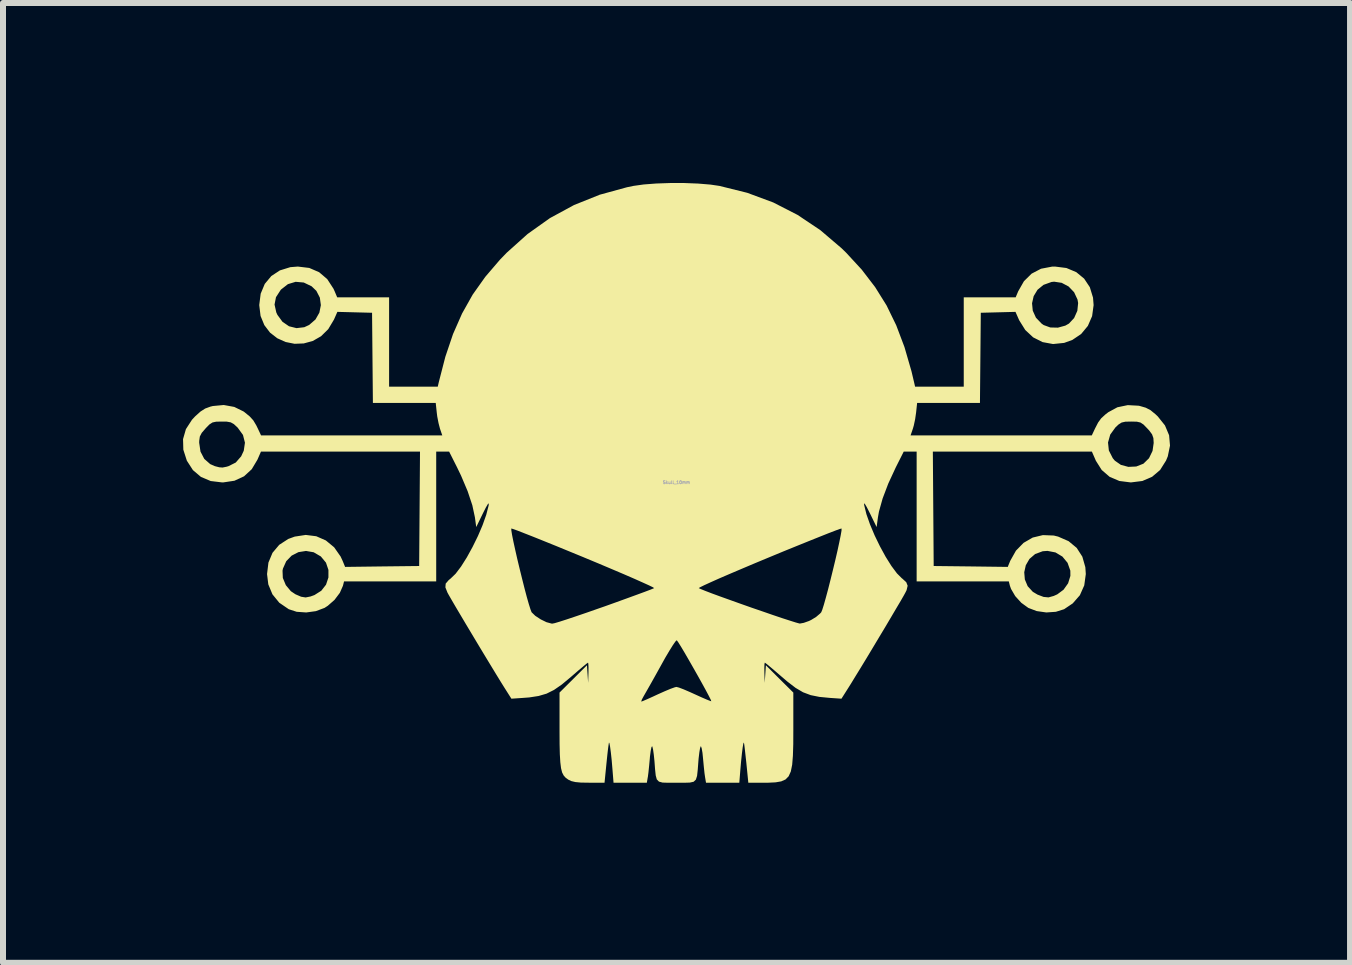
<source format=kicad_pcb>
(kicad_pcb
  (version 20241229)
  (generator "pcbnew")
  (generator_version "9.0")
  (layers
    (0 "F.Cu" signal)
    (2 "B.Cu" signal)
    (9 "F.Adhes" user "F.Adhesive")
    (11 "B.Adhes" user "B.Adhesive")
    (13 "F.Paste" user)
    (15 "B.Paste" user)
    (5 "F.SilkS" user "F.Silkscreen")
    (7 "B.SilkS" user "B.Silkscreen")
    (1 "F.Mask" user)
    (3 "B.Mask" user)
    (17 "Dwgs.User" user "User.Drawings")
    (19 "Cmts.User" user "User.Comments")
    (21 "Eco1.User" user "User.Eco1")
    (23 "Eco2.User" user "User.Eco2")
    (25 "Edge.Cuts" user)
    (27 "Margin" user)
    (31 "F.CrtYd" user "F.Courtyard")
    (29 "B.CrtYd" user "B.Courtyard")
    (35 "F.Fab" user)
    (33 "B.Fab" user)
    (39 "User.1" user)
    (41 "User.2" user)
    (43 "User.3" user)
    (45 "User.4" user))
  (footprint "Skull_10mm"
    (layer "F.Cu")
    (at 8.222 4.989)
    (property "Reference" "Skull_10mm" (at 0 0 0) (layer "F.Fab") (effects (font (size 0.05 0.05) (thickness 0.013))))
    (attr board_only exclude_from_pos_files exclude_from_bom)
    (fp_poly (pts (xy 0.133 -4.989) (xy 0.362 -4.98) (xy 0.567 -4.963) (xy 0.717 -4.941) (xy 1.18 -4.826) (xy 1.614 -4.665) (xy 2.02 -4.457) (xy 2.399 -4.203) (xy 2.752 -3.902) (xy 2.827 -3.829) (xy 3.088 -3.546) (xy 3.311 -3.255) (xy 3.502 -2.949) (xy 3.663 -2.618) (xy 3.8 -2.256) (xy 3.917 -1.852) (xy 3.96 -1.67) (xy 3.977 -1.596) (xy 4.788 -1.596) (xy 4.788 -2.985) (xy 5.926 -2.985) (xy 5.938 -2.862) (xy 5.991 -2.745) (xy 6.087 -2.645) (xy 6.12 -2.622) (xy 6.23 -2.582) (xy 6.357 -2.579) (xy 6.481 -2.613) (xy 6.541 -2.647) (xy 6.627 -2.739) (xy 6.681 -2.86) (xy 6.694 -2.989) (xy 6.684 -3.047) (xy 6.627 -3.169) (xy 6.535 -3.265) (xy 6.42 -3.326) (xy 6.294 -3.345) (xy 6.25 -3.34) (xy 6.117 -3.292) (xy 6.017 -3.21) (xy 5.953 -3.104) (xy 5.926 -2.985) (xy 4.788 -2.985) (xy 4.788 -3.084) (xy 5.653 -3.084) (xy 5.695 -3.184) (xy 5.791 -3.353) (xy 5.919 -3.479) (xy 6.076 -3.561) (xy 6.26 -3.596) (xy 6.309 -3.597) (xy 6.499 -3.573) (xy 6.663 -3.504) (xy 6.794 -3.396) (xy 6.889 -3.253) (xy 6.942 -3.08) (xy 6.952 -2.955) (xy 6.927 -2.771) (xy 6.856 -2.608) (xy 6.744 -2.473) (xy 6.597 -2.374) (xy 6.461 -2.325) (xy 6.276 -2.306) (xy 6.102 -2.338) (xy 5.945 -2.417) (xy 5.813 -2.54) (xy 5.712 -2.702) (xy 5.707 -2.713) (xy 5.65 -2.842) (xy 5.072 -2.827) (xy 5.065 -2.076) (xy 5.058 -1.325) (xy 4.011 -1.325) (xy 3.994 -1.165) (xy 3.978 -1.054) (xy 3.955 -0.946) (xy 3.94 -0.895) (xy 3.902 -0.784) (xy 6.922 -0.784) (xy 6.976 -0.899) (xy 7.027 -0.998) (xy 7.078 -1.068) (xy 7.15 -1.134) (xy 7.197 -1.17) (xy 7.348 -1.252) (xy 7.521 -1.288) (xy 7.704 -1.278) (xy 7.725 -1.273) (xy 7.821 -1.245) (xy 7.9 -1.204) (xy 7.983 -1.136) (xy 8.021 -1.1) (xy 8.141 -0.95) (xy 8.21 -0.786) (xy 8.225 -0.613) (xy 8.188 -0.434) (xy 8.159 -0.364) (xy 8.06 -0.207) (xy 7.927 -0.094) (xy 7.765 -0.024) (xy 7.574 -0.000009) (xy 7.57 0) (xy 7.381 -0.024) (xy 7.219 -0.093) (xy 7.087 -0.207) (xy 6.989 -0.362) (xy 6.982 -0.379) (xy 6.923 -0.514) (xy 4.273 -0.514) (xy 4.28 0.44) (xy 4.287 1.393) (xy 4.904 1.4) (xy 5.521 1.408) (xy 5.563 1.306) (xy 5.658 1.137) (xy 5.785 1.007) (xy 5.937 0.919) (xy 6.107 0.878) (xy 6.288 0.885) (xy 6.361 0.903) (xy 6.535 0.979) (xy 6.67 1.091) (xy 6.764 1.237) (xy 6.814 1.412) (xy 6.822 1.527) (xy 6.796 1.716) (xy 6.723 1.88) (xy 6.604 2.016) (xy 6.46 2.113) (xy 6.323 2.156) (xy 6.164 2.167) (xy 6.003 2.144) (xy 5.864 2.091) (xy 5.747 2.006) (xy 5.646 1.895) (xy 5.576 1.775) (xy 5.557 1.722) (xy 5.539 1.65) (xy 4.003 1.65) (xy 4.003 1.497) (xy 5.796 1.497) (xy 5.806 1.617) (xy 5.853 1.729) (xy 5.939 1.823) (xy 6.018 1.87) (xy 6.118 1.908) (xy 6.2 1.916) (xy 6.287 1.892) (xy 6.347 1.865) (xy 6.451 1.788) (xy 6.527 1.681) (xy 6.565 1.558) (xy 6.564 1.47) (xy 6.518 1.34) (xy 6.432 1.236) (xy 6.317 1.167) (xy 6.183 1.141) (xy 6.103 1.147) (xy 5.977 1.194) (xy 5.883 1.275) (xy 5.822 1.38) (xy 5.796 1.497) (xy 4.003 1.497) (xy 4.003 -0.514) (xy 3.788 -0.514) (xy 3.655 -0.25) (xy 3.53 0.02) (xy 3.436 0.268) (xy 3.375 0.486) (xy 3.358 0.582) (xy 3.336 0.744) (xy 3.224 0.514) (xy 3.172 0.412) (xy 3.14 0.358) (xy 3.127 0.349) (xy 3.129 0.379) (xy 3.166 0.529) (xy 3.226 0.7) (xy 3.303 0.883) (xy 3.392 1.066) (xy 3.487 1.24) (xy 3.583 1.393) (xy 3.675 1.516) (xy 3.757 1.598) (xy 3.762 1.601) (xy 3.83 1.663) (xy 3.853 1.722) (xy 3.835 1.797) (xy 3.816 1.835) (xy 3.788 1.886) (xy 3.737 1.975) (xy 3.665 2.096) (xy 3.579 2.242) (xy 3.482 2.406) (xy 3.378 2.579) (xy 3.272 2.756) (xy 3.168 2.929) (xy 3.07 3.09) (xy 2.982 3.233) (xy 2.91 3.351) (xy 2.868 3.418) (xy 2.75 3.604) (xy 2.559 3.591) (xy 2.382 3.574) (xy 2.238 3.545) (xy 2.11 3.497) (xy 1.986 3.424) (xy 1.849 3.319) (xy 1.76 3.243) (xy 1.658 3.155) (xy 1.571 3.081) (xy 1.508 3.029) (xy 1.475 3.004) (xy 1.473 3.003) (xy 1.467 3.027) (xy 1.465 3.091) (xy 1.466 3.172) (xy 1.471 3.341) (xy 1.481 3.194) (xy 1.491 3.047) (xy 1.719 3.275) (xy 1.948 3.502) (xy 1.948 4.119) (xy 1.947 4.361) (xy 1.941 4.554) (xy 1.929 4.704) (xy 1.906 4.817) (xy 1.87 4.897) (xy 1.818 4.95) (xy 1.746 4.982) (xy 1.652 4.998) (xy 1.533 5.004) (xy 1.452 5.004) (xy 1.198 5.004) (xy 1.165 4.673) (xy 1.151 4.546) (xy 1.139 4.439) (xy 1.13 4.365) (xy 1.124 4.334) (xy 1.124 4.334) (xy 1.115 4.352) (xy 1.104 4.417) (xy 1.091 4.521) (xy 1.077 4.655) (xy 1.066 4.781) (xy 1.048 5.004) (xy 0.493 5.004) (xy 0.478 4.916) (xy 0.468 4.847) (xy 0.457 4.744) (xy 0.446 4.628) (xy 0.444 4.606) (xy 0.434 4.506) (xy 0.421 4.432) (xy 0.409 4.397) (xy 0.406 4.396) (xy 0.394 4.427) (xy 0.382 4.498) (xy 0.37 4.598) (xy 0.366 4.645) (xy 0.355 4.79) (xy 0.344 4.89) (xy 0.324 4.953) (xy 0.287 4.988) (xy 0.224 5.002) (xy 0.127 5.005) (xy 0 5.004) (xy -0.136 5.005) (xy -0.231 5.002) (xy -0.291 4.986) (xy -0.327 4.949) (xy -0.345 4.883) (xy -0.356 4.78) (xy -0.366 4.645) (xy -0.377 4.538) (xy -0.389 4.453) (xy -0.401 4.403) (xy -0.406 4.396) (xy -0.417 4.415) (xy -0.429 4.476) (xy -0.441 4.568) (xy -0.444 4.606) (xy -0.455 4.723) (xy -0.466 4.83) (xy -0.476 4.907) (xy -0.478 4.916) (xy -0.493 5.004) (xy -1.048 5.004) (xy -1.066 4.781) (xy -1.079 4.627) (xy -1.093 4.498) (xy -1.106 4.401) (xy -1.117 4.345) (xy -1.124 4.334) (xy -1.129 4.362) (xy -1.139 4.434) (xy -1.151 4.538) (xy -1.164 4.664) (xy -1.165 4.673) (xy -1.198 5.004) (xy -1.458 5.004) (xy -1.592 5.002) (xy -1.685 4.993) (xy -1.752 4.977) (xy -1.802 4.953) (xy -1.845 4.922) (xy -1.879 4.884) (xy -1.905 4.833) (xy -1.923 4.761) (xy -1.935 4.662) (xy -1.943 4.53) (xy -1.947 4.358) (xy -1.948 4.139) (xy -1.948 4.114) (xy -1.948 3.65) (xy -0.586 3.65) (xy -0.583 3.652) (xy -0.554 3.641) (xy -0.486 3.612) (xy -0.391 3.569) (xy -0.307 3.53) (xy -0.195 3.48) (xy -0.097 3.439) (xy -0.027 3.414) (xy 0 3.408) (xy 0.043 3.419) (xy 0.122 3.449) (xy 0.224 3.493) (xy 0.31 3.532) (xy 0.418 3.581) (xy 0.506 3.619) (xy 0.564 3.642) (xy 0.581 3.647) (xy 0.572 3.621) (xy 0.539 3.556) (xy 0.489 3.462) (xy 0.426 3.347) (xy 0.354 3.218) (xy 0.278 3.084) (xy 0.203 2.953) (xy 0.134 2.834) (xy 0.075 2.735) (xy 0.031 2.665) (xy 0.007 2.632) (xy 0.005 2.63) (xy -0.016 2.65) (xy -0.058 2.71) (xy -0.116 2.803) (xy -0.186 2.921) (xy -0.257 3.049) (xy -0.337 3.193) (xy -0.412 3.327) (xy -0.476 3.44) (xy -0.524 3.524) (xy -0.547 3.564) (xy -0.577 3.62) (xy -0.586 3.65) (xy -1.948 3.65) (xy -1.948 3.502) (xy -1.491 3.047) (xy -1.481 3.194) (xy -1.471 3.341) (xy -1.466 3.172) (xy -1.465 3.084) (xy -1.468 3.023) (xy -1.473 3.003) (xy -1.496 3.019) (xy -1.552 3.065) (xy -1.634 3.134) (xy -1.732 3.219) (xy -1.76 3.243) (xy -1.91 3.368) (xy -2.04 3.458) (xy -2.164 3.52) (xy -2.297 3.559) (xy -2.453 3.583) (xy -2.559 3.591) (xy -2.75 3.604) (xy -2.868 3.418) (xy -2.926 3.325) (xy -3.002 3.201) (xy -3.092 3.053) (xy -3.192 2.888) (xy -3.297 2.714) (xy -3.403 2.537) (xy -3.506 2.365) (xy -3.601 2.205) (xy -3.684 2.065) (xy -3.751 1.95) (xy -3.797 1.87) (xy -3.816 1.835) (xy -3.85 1.749) (xy -3.845 1.686) (xy -3.795 1.628) (xy -3.762 1.601) (xy -3.68 1.522) (xy -3.589 1.402) (xy -3.493 1.25) (xy -3.398 1.077) (xy -3.308 0.894) (xy -3.254 0.768) (xy -2.752 0.768) (xy -2.751 0.799) (xy -2.739 0.874) (xy -2.717 0.984) (xy -2.687 1.121) (xy -2.652 1.276) (xy -2.612 1.442) (xy -2.571 1.608) (xy -2.531 1.767) (xy -2.493 1.911) (xy -2.459 2.03) (xy -2.432 2.116) (xy -2.414 2.162) (xy -2.413 2.164) (xy -2.352 2.223) (xy -2.262 2.282) (xy -2.166 2.329) (xy -2.082 2.352) (xy -2.067 2.353) (xy -2.028 2.345) (xy -1.944 2.32) (xy -1.823 2.281) (xy -1.671 2.23) (xy -1.495 2.17) (xy -1.301 2.102) (xy -1.2 2.067) (xy -1.002 1.996) (xy -0.82 1.93) (xy -0.661 1.872) (xy -0.53 1.824) (xy -0.435 1.788) (xy -0.381 1.766) (xy -0.372 1.761) (xy -0.372 1.761) (xy 0.372 1.761) (xy 0.372 1.761) (xy 0.405 1.777) (xy 0.482 1.808) (xy 0.594 1.851) (xy 0.736 1.903) (xy 0.898 1.961) (xy 1.074 2.024) (xy 1.255 2.088) (xy 1.436 2.15) (xy 1.606 2.209) (xy 1.76 2.261) (xy 1.89 2.303) (xy 1.988 2.334) (xy 2.046 2.35) (xy 2.057 2.352) (xy 2.122 2.34) (xy 2.207 2.31) (xy 2.245 2.292) (xy 2.327 2.242) (xy 2.394 2.185) (xy 2.413 2.164) (xy 2.43 2.123) (xy 2.456 2.041) (xy 2.489 1.924) (xy 2.527 1.783) (xy 2.567 1.625) (xy 2.608 1.459) (xy 2.648 1.293) (xy 2.684 1.137) (xy 2.714 0.997) (xy 2.737 0.884) (xy 2.751 0.805) (xy 2.752 0.769) (xy 2.752 0.768) (xy 2.725 0.775) (xy 2.653 0.801) (xy 2.541 0.844) (xy 2.393 0.903) (xy 2.216 0.974) (xy 2.013 1.056) (xy 1.789 1.147) (xy 1.55 1.246) (xy 1.545 1.248) (xy 1.307 1.347) (xy 1.085 1.441) (xy 0.885 1.526) (xy 0.711 1.601) (xy 0.568 1.665) (xy 0.461 1.714) (xy 0.394 1.747) (xy 0.372 1.761) (xy -0.372 1.761) (xy -0.392 1.747) (xy -0.458 1.715) (xy -0.564 1.667) (xy -0.705 1.604) (xy -0.878 1.529) (xy -1.078 1.444) (xy -1.298 1.351) (xy -1.536 1.252) (xy -1.545 1.248) (xy -1.784 1.15) (xy -2.008 1.058) (xy -2.211 0.976) (xy -2.39 0.904) (xy -2.538 0.846) (xy -2.651 0.802) (xy -2.723 0.776) (xy -2.751 0.768) (xy -2.752 0.768) (xy -3.254 0.768) (xy -3.23 0.711) (xy -3.169 0.539) (xy -3.13 0.387) (xy -3.129 0.379) (xy -3.127 0.348) (xy -3.143 0.362) (xy -3.177 0.421) (xy -3.224 0.514) (xy -3.336 0.744) (xy -3.358 0.582) (xy -3.401 0.381) (xy -3.479 0.147) (xy -3.589 -0.113) (xy -3.655 -0.25) (xy -3.788 -0.514) (xy -4.003 -0.514) (xy -4.003 1.65) (xy -5.539 1.65) (xy -5.557 1.722) (xy -5.609 1.84) (xy -5.698 1.958) (xy -5.81 2.056) (xy -5.864 2.091) (xy -6.008 2.145) (xy -6.169 2.167) (xy -6.328 2.156) (xy -6.46 2.113) (xy -6.618 2.005) (xy -6.732 1.865) (xy -6.801 1.699) (xy -6.822 1.527) (xy -6.815 1.47) (xy -6.564 1.47) (xy -6.559 1.592) (xy -6.509 1.712) (xy -6.425 1.813) (xy -6.349 1.864) (xy -6.254 1.905) (xy -6.179 1.917) (xy -6.098 1.901) (xy -6.032 1.877) (xy -5.918 1.805) (xy -5.839 1.704) (xy -5.799 1.584) (xy -5.799 1.458) (xy -5.84 1.337) (xy -5.926 1.233) (xy -5.927 1.233) (xy -6.045 1.164) (xy -6.173 1.142) (xy -6.299 1.162) (xy -6.412 1.22) (xy -6.502 1.313) (xy -6.557 1.436) (xy -6.564 1.47) (xy -6.815 1.47) (xy -6.799 1.336) (xy -6.731 1.173) (xy -6.619 1.04) (xy -6.468 0.942) (xy -6.361 0.903) (xy -6.177 0.875) (xy -6.002 0.897) (xy -5.842 0.967) (xy -5.704 1.081) (xy -5.596 1.235) (xy -5.563 1.306) (xy -5.521 1.408) (xy -4.904 1.4) (xy -4.287 1.393) (xy -4.28 0.44) (xy -4.273 -0.514) (xy -6.923 -0.514) (xy -6.982 -0.379) (xy -7.077 -0.22) (xy -7.205 -0.102) (xy -7.365 -0.028) (xy -7.551 -0.000208) (xy -7.57 0) (xy -7.761 -0.023) (xy -7.924 -0.092) (xy -8.057 -0.205) (xy -8.157 -0.36) (xy -8.159 -0.364) (xy -8.217 -0.545) (xy -8.22 -0.662) (xy -7.953 -0.662) (xy -7.931 -0.513) (xy -7.868 -0.392) (xy -7.769 -0.305) (xy -7.692 -0.271) (xy -7.618 -0.252) (xy -7.564 -0.248) (xy -7.498 -0.261) (xy -7.464 -0.271) (xy -7.344 -0.331) (xy -7.253 -0.435) (xy -7.21 -0.528) (xy -7.19 -0.663) (xy -7.191 -0.665) (xy 7.192 -0.665) (xy 7.206 -0.532) (xy 7.271 -0.404) (xy 7.306 -0.362) (xy 7.407 -0.292) (xy 7.531 -0.259) (xy 7.662 -0.265) (xy 7.782 -0.312) (xy 7.785 -0.315) (xy 7.875 -0.403) (xy 7.934 -0.525) (xy 7.953 -0.657) (xy 7.948 -0.739) (xy 7.926 -0.801) (xy 7.878 -0.866) (xy 7.846 -0.9) (xy 7.784 -0.964) (xy 7.733 -0.998) (xy 7.673 -1.012) (xy 7.582 -1.014) (xy 7.576 -1.014) (xy 7.481 -1.012) (xy 7.419 -0.998) (xy 7.367 -0.965) (xy 7.316 -0.917) (xy 7.229 -0.797) (xy 7.192 -0.665) (xy -7.191 -0.665) (xy -7.223 -0.791) (xy -7.31 -0.911) (xy -7.316 -0.917) (xy -7.375 -0.972) (xy -7.427 -1.001) (xy -7.494 -1.013) (xy -7.576 -1.014) (xy -7.67 -1.012) (xy -7.731 -0.999) (xy -7.782 -0.966) (xy -7.843 -0.904) (xy -7.846 -0.9) (xy -7.91 -0.826) (xy -7.942 -0.765) (xy -7.952 -0.694) (xy -7.953 -0.662) (xy -8.22 -0.662) (xy -8.222 -0.721) (xy -8.174 -0.888) (xy -8.073 -1.044) (xy -8.021 -1.1) (xy -7.931 -1.181) (xy -7.853 -1.231) (xy -7.766 -1.263) (xy -7.725 -1.273) (xy -7.543 -1.29) (xy -7.368 -1.258) (xy -7.213 -1.182) (xy -7.197 -1.17) (xy -7.11 -1.099) (xy -7.051 -1.034) (xy -7.002 -0.952) (xy -6.976 -0.899) (xy -6.922 -0.784) (xy -3.902 -0.784) (xy -3.94 -0.895) (xy -3.964 -0.987) (xy -3.986 -1.1) (xy -3.994 -1.165) (xy -4.011 -1.325) (xy -5.058 -1.325) (xy -5.065 -2.076) (xy -5.072 -2.827) (xy -5.65 -2.842) (xy -5.707 -2.713) (xy -5.802 -2.554) (xy -5.922 -2.436) (xy -6.06 -2.357) (xy -6.21 -2.316) (xy -6.363 -2.31) (xy -6.513 -2.34) (xy -6.651 -2.402) (xy -6.772 -2.496) (xy -6.867 -2.621) (xy -6.93 -2.774) (xy -6.952 -2.955) (xy -6.951 -2.964) (xy -6.697 -2.964) (xy -6.668 -2.833) (xy -6.649 -2.792) (xy -6.565 -2.677) (xy -6.456 -2.602) (xy -6.331 -2.571) (xy -6.202 -2.586) (xy -6.12 -2.624) (xy -6.015 -2.715) (xy -5.95 -2.829) (xy -5.925 -2.954) (xy -5.942 -3.079) (xy -6 -3.192) (xy -6.079 -3.268) (xy -6.21 -3.331) (xy -6.345 -3.343) (xy -6.474 -3.304) (xy -6.588 -3.215) (xy -6.595 -3.207) (xy -6.673 -3.087) (xy -6.697 -2.964) (xy -6.951 -2.964) (xy -6.928 -3.145) (xy -6.86 -3.308) (xy -6.751 -3.439) (xy -6.608 -3.533) (xy -6.434 -3.587) (xy -6.309 -3.597) (xy -6.118 -3.574) (xy -5.954 -3.503) (xy -5.819 -3.388) (xy -5.715 -3.228) (xy -5.695 -3.184) (xy -5.653 -3.084) (xy -4.788 -3.084) (xy -4.788 -1.596) (xy -3.977 -1.596) (xy -3.96 -1.67) (xy -3.851 -2.093) (xy -3.723 -2.472) (xy -3.572 -2.815) (xy -3.395 -3.13) (xy -3.185 -3.426) (xy -2.941 -3.711) (xy -2.827 -3.829) (xy -2.48 -4.14) (xy -2.107 -4.405) (xy -1.707 -4.622) (xy -1.279 -4.794) (xy -0.823 -4.919) (xy -0.717 -4.941) (xy -0.546 -4.965) (xy -0.337 -4.981) (xy -0.106 -4.989)) (stroke (width 0) (type solid)) (fill yes) (layer "F.SilkS")))
  (gr_rect
    (start -3 -3)
    (end 19.447 12.994)
    (stroke (width 0.1) (type default))
    (fill no)
    (layer "Edge.Cuts")))
</source>
